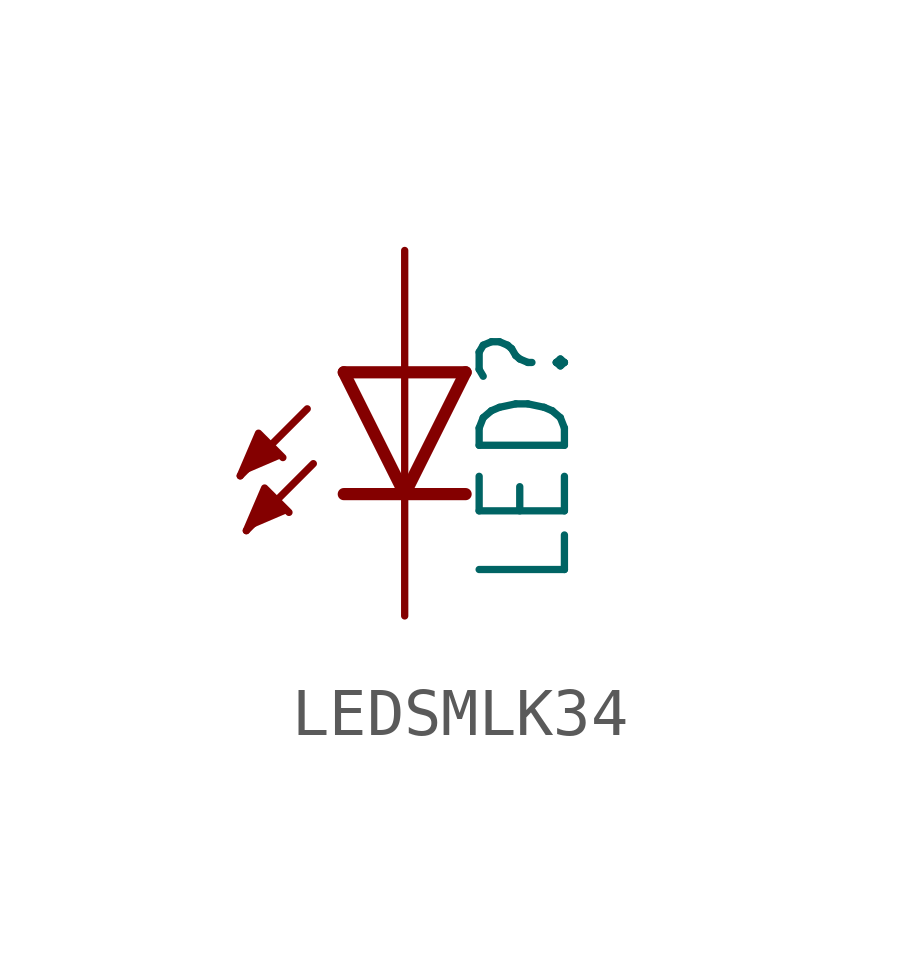
<source format=kicad_sym>
(kicad_symbol_lib
  (version 20231120)
  (generator "kicad_symbol_editor")
  (generator_version "8.0")
  (symbol "LEDSMLK34"
    (property "Reference" "LED"
      (at 3.556 -4.572 90)
      (effects (font (size 1.778 1.511)) (justify left bottom)))
    (property "Value" ""
      (at 5.715 -4.572 90)
      (effects (font (size 1.778 1.511)) (justify left bottom)))
    (property "ki_locked" ""
      (at 0 0 0)
      (effects (font (size 1.27 1.27))))
    (symbol "LEDSMLK34_1_0"
      (polyline (pts (xy -2.032 -0.762) (xy -3.429 -2.159)) (stroke (width 0.152) (type solid)) (fill (type none)))
      (polyline (pts (xy -1.905 -1.905) (xy -3.302 -3.302)) (stroke (width 0.152) (type solid)) (fill (type none)))
      (polyline (pts (xy 0 -2.54) (xy -1.27 -2.54)) (stroke (width 0.254) (type solid)) (fill (type none)))
      (polyline (pts (xy 0 -2.54) (xy -1.27 0)) (stroke (width 0.254) (type solid)) (fill (type none)))
      (polyline (pts (xy 0 0) (xy -1.27 0)) (stroke (width 0.254) (type solid)) (fill (type none)))
      (polyline (pts (xy 0 0) (xy 0 -2.54)) (stroke (width 0.152) (type solid)) (fill (type none)))
      (polyline (pts (xy 1.27 -2.54) (xy 0 -2.54)) (stroke (width 0.254) (type solid)) (fill (type none)))
      (polyline (pts (xy 1.27 0) (xy 0 -2.54)) (stroke (width 0.254) (type solid)) (fill (type none)))
      (polyline (pts (xy 1.27 0) (xy 0 0)) (stroke (width 0.254) (type solid)) (fill (type none)))
      (polyline (pts (xy -3.429 -2.159) (xy -3.048 -1.27) (xy -2.54 -1.778)) (stroke (width 0.152) (type solid)) (fill (type outline)))
      (polyline (pts (xy -3.302 -3.302) (xy -2.921 -2.413) (xy -2.413 -2.921)) (stroke (width 0.152) (type solid)) (fill (type outline)))
      (pin passive line (at 0 2.54 270) (length 2.54) (name "A" (effects (font (size 0 0)))) (number "A" (effects (font (size 0 0)))))
      (pin passive line (at 0 -5.08 90) (length 2.54) (name "C" (effects (font (size 0 0)))) (number "K" (effects (font (size 0 0))))))))
</source>
